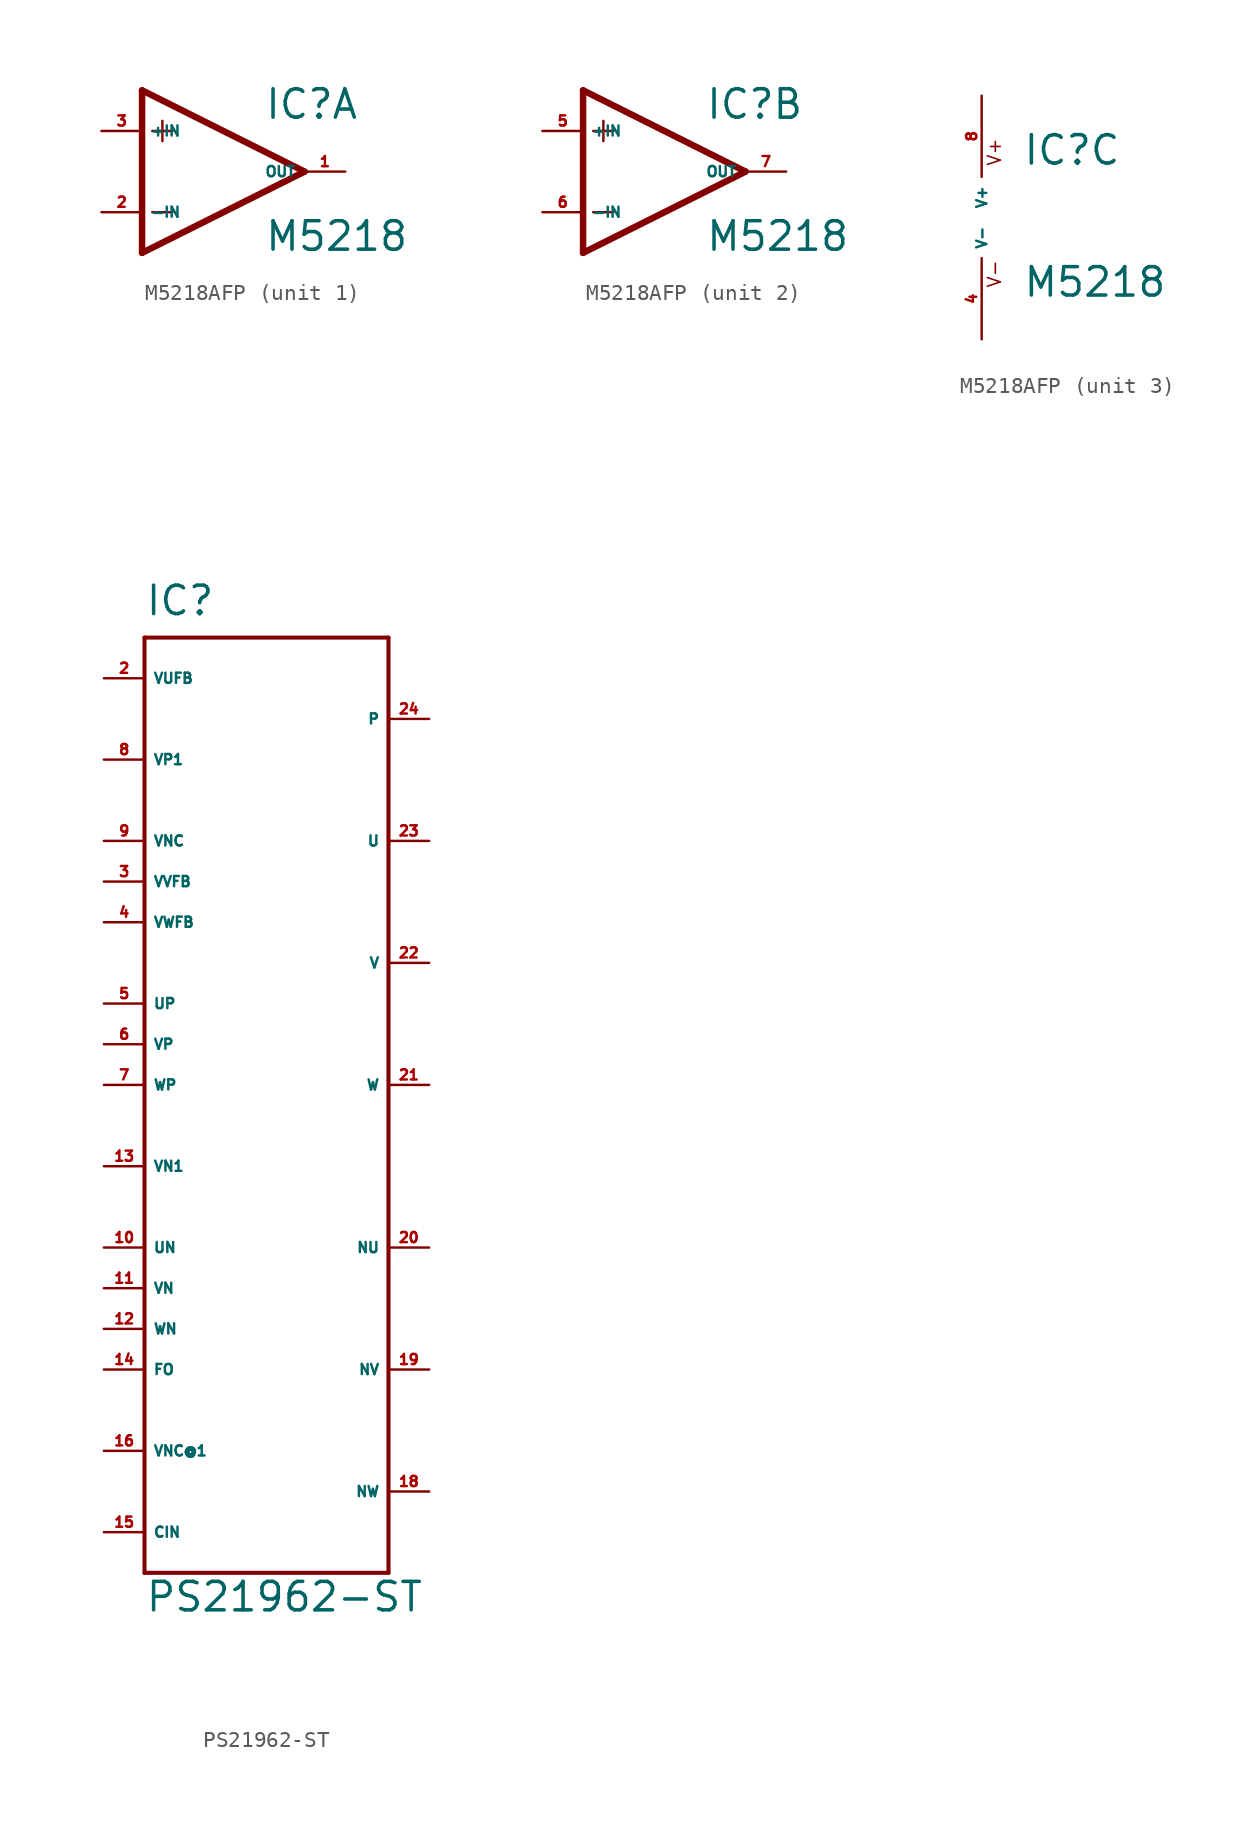
<source format=kicad_sym>
(kicad_symbol_lib
  (version 20220914)
  (generator Eagle2Kicad)
  (symbol "M5218AFP"
    (property "Reference" "IC"
      (at 2.54 3.175 0)
      (effects (font (size 1.778 1.778) (thickness 0.22)) (justify left bottom)))
    (property "Value" "M5218"
      (at 2.54 -5.08 0)
      (effects (font (size 1.778 1.778) (thickness 0.22)) (justify left bottom)))
    (symbol "M5218AFP_1_0"
      (polyline (pts (xy -5.08 5.08) (xy -5.08 -5.08)) (stroke (width 0.406) (type default)) (fill (type none)))
      (polyline (pts (xy -5.08 -5.08) (xy 5.08 0)) (stroke (width 0.406) (type default)) (fill (type none)))
      (polyline (pts (xy 5.08 0) (xy -5.08 5.08)) (stroke (width 0.406) (type default)) (fill (type none)))
      (polyline (pts (xy -3.81 3.175) (xy -3.81 1.905)) (stroke (width 0.152) (type default)) (fill (type none)))
      (polyline (pts (xy -4.445 2.54) (xy -3.175 2.54)) (stroke (width 0.152) (type default)) (fill (type none)))
      (polyline (pts (xy -4.445 -2.54) (xy -3.175 -2.54)) (stroke (width 0.152) (type default)) (fill (type none)))
      (pin input line (at -7.62 -2.54 0) (length 2.54) (name "-IN" (effects (font (size 0.635 0.635) (thickness 0.08)) (justify left bottom))) (number "2" (effects (font (size 0.635 0.635) (thickness 0.08)) (justify left bottom))))
      (pin input line (at -7.62 2.54 0) (length 2.54) (name "+IN" (effects (font (size 0.635 0.635) (thickness 0.08)) (justify left bottom))) (number "3" (effects (font (size 0.635 0.635) (thickness 0.08)) (justify left bottom))))
      (pin output line (at 7.62 0 180) (length 2.54) (name "OUT" (effects (font (size 0.635 0.635) (thickness 0.08)) (justify left bottom))) (number "1" (effects (font (size 0.635 0.635) (thickness 0.08)) (justify left bottom)))))
    (symbol "M5218AFP_2_0"
      (polyline (pts (xy -5.08 5.08) (xy -5.08 -5.08)) (stroke (width 0.406) (type default)) (fill (type none)))
      (polyline (pts (xy -5.08 -5.08) (xy 5.08 0)) (stroke (width 0.406) (type default)) (fill (type none)))
      (polyline (pts (xy 5.08 0) (xy -5.08 5.08)) (stroke (width 0.406) (type default)) (fill (type none)))
      (polyline (pts (xy -3.81 3.175) (xy -3.81 1.905)) (stroke (width 0.152) (type default)) (fill (type none)))
      (polyline (pts (xy -4.445 2.54) (xy -3.175 2.54)) (stroke (width 0.152) (type default)) (fill (type none)))
      (polyline (pts (xy -4.445 -2.54) (xy -3.175 -2.54)) (stroke (width 0.152) (type default)) (fill (type none)))
      (pin input line (at -7.62 -2.54 0) (length 2.54) (name "-IN" (effects (font (size 0.635 0.635) (thickness 0.08)) (justify left bottom))) (number "6" (effects (font (size 0.635 0.635) (thickness 0.08)) (justify left bottom))))
      (pin input line (at -7.62 2.54 0) (length 2.54) (name "+IN" (effects (font (size 0.635 0.635) (thickness 0.08)) (justify left bottom))) (number "5" (effects (font (size 0.635 0.635) (thickness 0.08)) (justify left bottom))))
      (pin output line (at 7.62 0 180) (length 2.54) (name "OUT" (effects (font (size 0.635 0.635) (thickness 0.08)) (justify left bottom))) (number "7" (effects (font (size 0.635 0.635) (thickness 0.08)) (justify left bottom)))))
    (symbol "M5218AFP_3_0"
      (text "V+" (at 1.27 3.175 900) (effects (font (size 0.813 0.813) (thickness 0.10)) (justify left bottom)))
      (text "V-" (at 1.27 -4.445 900) (effects (font (size 0.813 0.813) (thickness 0.10)) (justify left bottom)))
      (pin unspecified line (at 0 7.62 270) (length 5.08) (name "V+" (effects (font (size 0.635 0.635) (thickness 0.08)) (justify left bottom))) (number "8" (effects (font (size 0.635 0.635) (thickness 0.08)) (justify left bottom))))
      (pin unspecified line (at 0 -7.62 90) (length 5.08) (name "V-" (effects (font (size 0.635 0.635) (thickness 0.08)) (justify left bottom))) (number "4" (effects (font (size 0.635 0.635) (thickness 0.08)) (justify left bottom))))))
  (symbol "PS21962-ST"
    (property "Reference" "IC"
      (at -7.62 29.21 0)
      (effects (font (size 1.778 1.778) (thickness 0.22)) (justify left bottom)))
    (property "Value" "PS21962-ST"
      (at -7.62 -33.02 0)
      (effects (font (size 1.778 1.778) (thickness 0.22)) (justify left bottom)))
    (polyline
      (pts (xy -7.62 27.94) (xy 7.62 27.94))
      (stroke (width 0.254) (type default))
      (fill (type none)))
    (polyline
      (pts (xy 7.62 27.94) (xy 7.62 -30.48))
      (stroke (width 0.254) (type default))
      (fill (type none)))
    (polyline
      (pts (xy 7.62 -30.48) (xy -7.62 -30.48))
      (stroke (width 0.254) (type default))
      (fill (type none)))
    (polyline
      (pts (xy -7.62 -30.48) (xy -7.62 27.94))
      (stroke (width 0.254) (type default))
      (fill (type none)))
    (pin input line
      (at -10.16 25.4 0)
      (length 2.54)
      (name "VUFB" (effects (font (size 0.635 0.635) (thickness 0.08)) (justify left bottom)))
      (number "2" (effects (font (size 0.635 0.635) (thickness 0.08)) (justify left bottom))))
    (pin input line
      (at -10.16 20.32 0)
      (length 2.54)
      (name "VP1" (effects (font (size 0.635 0.635) (thickness 0.08)) (justify left bottom)))
      (number "8" (effects (font (size 0.635 0.635) (thickness 0.08)) (justify left bottom))))
    (pin input line
      (at -10.16 5.08 0)
      (length 2.54)
      (name "UP" (effects (font (size 0.635 0.635) (thickness 0.08)) (justify left bottom)))
      (number "5" (effects (font (size 0.635 0.635) (thickness 0.08)) (justify left bottom))))
    (pin input line
      (at -10.16 15.24 0)
      (length 2.54)
      (name "VNC" (effects (font (size 0.635 0.635) (thickness 0.08)) (justify left bottom)))
      (number "9" (effects (font (size 0.635 0.635) (thickness 0.08)) (justify left bottom))))
    (pin input line
      (at -10.16 12.7 0)
      (length 2.54)
      (name "VVFB" (effects (font (size 0.635 0.635) (thickness 0.08)) (justify left bottom)))
      (number "3" (effects (font (size 0.635 0.635) (thickness 0.08)) (justify left bottom))))
    (pin input line
      (at -10.16 2.54 0)
      (length 2.54)
      (name "VP" (effects (font (size 0.635 0.635) (thickness 0.08)) (justify left bottom)))
      (number "6" (effects (font (size 0.635 0.635) (thickness 0.08)) (justify left bottom))))
    (pin input line
      (at -10.16 10.16 0)
      (length 2.54)
      (name "VWFB" (effects (font (size 0.635 0.635) (thickness 0.08)) (justify left bottom)))
      (number "4" (effects (font (size 0.635 0.635) (thickness 0.08)) (justify left bottom))))
    (pin input line
      (at -10.16 0 0)
      (length 2.54)
      (name "WP" (effects (font (size 0.635 0.635) (thickness 0.08)) (justify left bottom)))
      (number "7" (effects (font (size 0.635 0.635) (thickness 0.08)) (justify left bottom))))
    (pin input line
      (at -10.16 -5.08 0)
      (length 2.54)
      (name "VN1" (effects (font (size 0.635 0.635) (thickness 0.08)) (justify left bottom)))
      (number "13" (effects (font (size 0.635 0.635) (thickness 0.08)) (justify left bottom))))
    (pin input line
      (at -10.16 -10.16 0)
      (length 2.54)
      (name "UN" (effects (font (size 0.635 0.635) (thickness 0.08)) (justify left bottom)))
      (number "10" (effects (font (size 0.635 0.635) (thickness 0.08)) (justify left bottom))))
    (pin input line
      (at -10.16 -12.7 0)
      (length 2.54)
      (name "VN" (effects (font (size 0.635 0.635) (thickness 0.08)) (justify left bottom)))
      (number "11" (effects (font (size 0.635 0.635) (thickness 0.08)) (justify left bottom))))
    (pin input line
      (at -10.16 -15.24 0)
      (length 2.54)
      (name "WN" (effects (font (size 0.635 0.635) (thickness 0.08)) (justify left bottom)))
      (number "12" (effects (font (size 0.635 0.635) (thickness 0.08)) (justify left bottom))))
    (pin input line
      (at -10.16 -17.78 0)
      (length 2.54)
      (name "FO" (effects (font (size 0.635 0.635) (thickness 0.08)) (justify left bottom)))
      (number "14" (effects (font (size 0.635 0.635) (thickness 0.08)) (justify left bottom))))
    (pin input line
      (at -10.16 -22.86 0)
      (length 2.54)
      (name "VNC@1" (effects (font (size 0.635 0.635) (thickness 0.08)) (justify left bottom)))
      (number "16" (effects (font (size 0.635 0.635) (thickness 0.08)) (justify left bottom))))
    (pin passive line
      (at -10.16 -27.94 0)
      (length 2.54)
      (name "CIN" (effects (font (size 0.635 0.635) (thickness 0.08)) (justify left bottom)))
      (number "15" (effects (font (size 0.635 0.635) (thickness 0.08)) (justify left bottom))))
    (pin output line
      (at 10.16 -25.4 180)
      (length 2.54)
      (name "NW" (effects (font (size 0.635 0.635) (thickness 0.08)) (justify left bottom)))
      (number "18" (effects (font (size 0.635 0.635) (thickness 0.08)) (justify left bottom))))
    (pin output line
      (at 10.16 -17.78 180)
      (length 2.54)
      (name "NV" (effects (font (size 0.635 0.635) (thickness 0.08)) (justify left bottom)))
      (number "19" (effects (font (size 0.635 0.635) (thickness 0.08)) (justify left bottom))))
    (pin output line
      (at 10.16 -10.16 180)
      (length 2.54)
      (name "NU" (effects (font (size 0.635 0.635) (thickness 0.08)) (justify left bottom)))
      (number "20" (effects (font (size 0.635 0.635) (thickness 0.08)) (justify left bottom))))
    (pin open_collector line
      (at 10.16 0 180)
      (length 2.54)
      (name "W" (effects (font (size 0.635 0.635) (thickness 0.08)) (justify left bottom)))
      (number "21" (effects (font (size 0.635 0.635) (thickness 0.08)) (justify left bottom))))
    (pin open_collector line
      (at 10.16 7.62 180)
      (length 2.54)
      (name "V" (effects (font (size 0.635 0.635) (thickness 0.08)) (justify left bottom)))
      (number "22" (effects (font (size 0.635 0.635) (thickness 0.08)) (justify left bottom))))
    (pin open_collector line
      (at 10.16 15.24 180)
      (length 2.54)
      (name "U" (effects (font (size 0.635 0.635) (thickness 0.08)) (justify left bottom)))
      (number "23" (effects (font (size 0.635 0.635) (thickness 0.08)) (justify left bottom))))
    (pin open_collector line
      (at 10.16 22.86 180)
      (length 2.54)
      (name "P" (effects (font (size 0.635 0.635) (thickness 0.08)) (justify left bottom)))
      (number "24" (effects (font (size 0.635 0.635) (thickness 0.08)) (justify left bottom))))))
</source>
